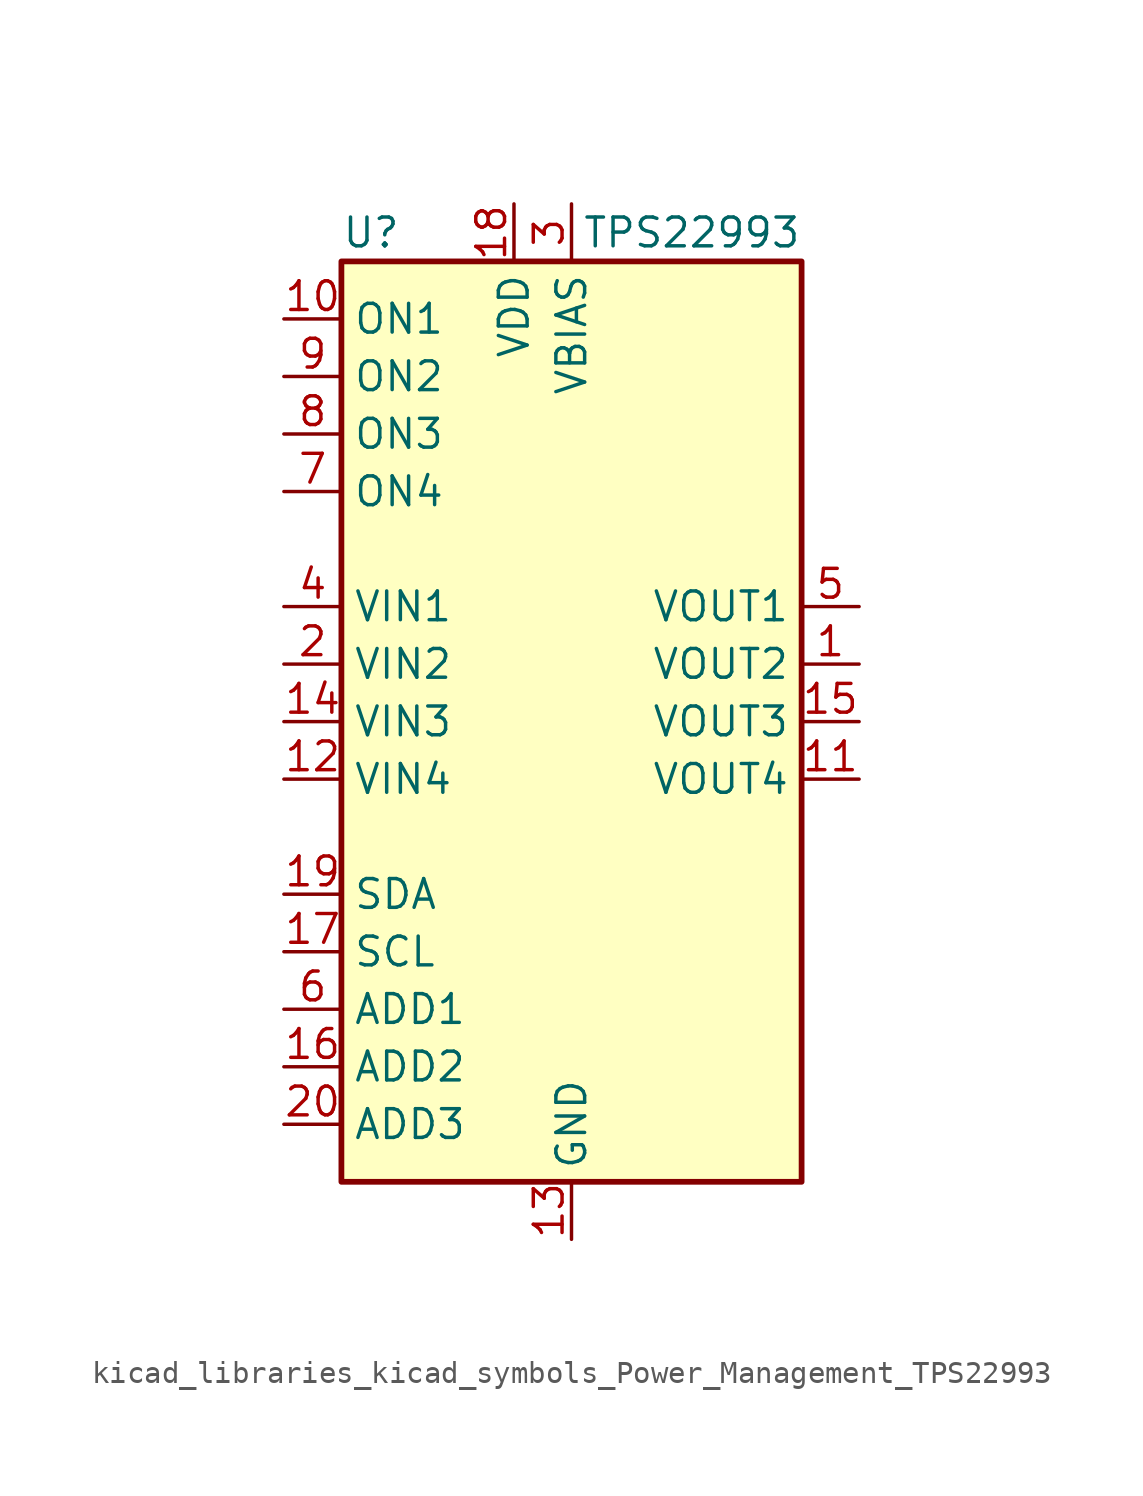
<source format=kicad_sym>
(kicad_symbol_lib
  (version 20220914)
  (generator kicad_symbol_editor)
  (symbol "kicad_libraries_kicad_symbols_Power_Management_TPS22993"
    (property "Reference" "U"
      (at -10.16 21.59 0)
      (effects (font (size 1.27 1.27)) (justify left)))
    (property "Value" "TPS22993"
      (at 10.16 21.59 0)
      (effects (font (size 1.27 1.27)) (justify right)))
    (symbol "kicad_libraries_kicad_symbols_Power_Management_TPS22993_0_1"
      (rectangle (start -10.16 20.32) (end 10.16 -20.32) (stroke (width 0.254) (type default)) (fill (type background))))
    (symbol "kicad_libraries_kicad_symbols_Power_Management_TPS22993_1_1"
      (pin passive line (at 12.7 2.54 180) (length 2.54) (name "VOUT2" (effects (font (size 1.27 1.27)))) (number "1" (effects (font (size 1.27 1.27)))))
      (pin input line (at -12.7 17.78 0) (length 2.54) (name "ON1" (effects (font (size 1.27 1.27)))) (number "10" (effects (font (size 1.27 1.27)))))
      (pin passive line (at 12.7 -2.54 180) (length 2.54) (name "VOUT4" (effects (font (size 1.27 1.27)))) (number "11" (effects (font (size 1.27 1.27)))))
      (pin passive line (at -12.7 -2.54 0) (length 2.54) (name "VIN4" (effects (font (size 1.27 1.27)))) (number "12" (effects (font (size 1.27 1.27)))))
      (pin power_in line (at 0 -22.86 90) (length 2.54) (name "GND" (effects (font (size 1.27 1.27)))) (number "13" (effects (font (size 1.27 1.27)))))
      (pin passive line (at -12.7 0 0) (length 2.54) (name "VIN3" (effects (font (size 1.27 1.27)))) (number "14" (effects (font (size 1.27 1.27)))))
      (pin passive line (at 12.7 0 180) (length 2.54) (name "VOUT3" (effects (font (size 1.27 1.27)))) (number "15" (effects (font (size 1.27 1.27)))))
      (pin input line (at -12.7 -15.24 0) (length 2.54) (name "ADD2" (effects (font (size 1.27 1.27)))) (number "16" (effects (font (size 1.27 1.27)))))
      (pin input line (at -12.7 -10.16 0) (length 2.54) (name "SCL" (effects (font (size 1.27 1.27)))) (number "17" (effects (font (size 1.27 1.27)))))
      (pin power_in line (at -2.54 22.86 270) (length 2.54) (name "VDD" (effects (font (size 1.27 1.27)))) (number "18" (effects (font (size 1.27 1.27)))))
      (pin bidirectional line (at -12.7 -7.62 0) (length 2.54) (name "SDA" (effects (font (size 1.27 1.27)))) (number "19" (effects (font (size 1.27 1.27)))))
      (pin passive line (at -12.7 2.54 0) (length 2.54) (name "VIN2" (effects (font (size 1.27 1.27)))) (number "2" (effects (font (size 1.27 1.27)))))
      (pin input line (at -12.7 -17.78 0) (length 2.54) (name "ADD3" (effects (font (size 1.27 1.27)))) (number "20" (effects (font (size 1.27 1.27)))))
      (pin power_in line (at 0 22.86 270) (length 2.54) (name "VBIAS" (effects (font (size 1.27 1.27)))) (number "3" (effects (font (size 1.27 1.27)))))
      (pin passive line (at -12.7 5.08 0) (length 2.54) (name "VIN1" (effects (font (size 1.27 1.27)))) (number "4" (effects (font (size 1.27 1.27)))))
      (pin passive line (at 12.7 5.08 180) (length 2.54) (name "VOUT1" (effects (font (size 1.27 1.27)))) (number "5" (effects (font (size 1.27 1.27)))))
      (pin input line (at -12.7 -12.7 0) (length 2.54) (name "ADD1" (effects (font (size 1.27 1.27)))) (number "6" (effects (font (size 1.27 1.27)))))
      (pin input line (at -12.7 10.16 0) (length 2.54) (name "ON4" (effects (font (size 1.27 1.27)))) (number "7" (effects (font (size 1.27 1.27)))))
      (pin input line (at -12.7 12.7 0) (length 2.54) (name "ON3" (effects (font (size 1.27 1.27)))) (number "8" (effects (font (size 1.27 1.27)))))
      (pin input line (at -12.7 15.24 0) (length 2.54) (name "ON2" (effects (font (size 1.27 1.27)))) (number "9" (effects (font (size 1.27 1.27))))))))
</source>
